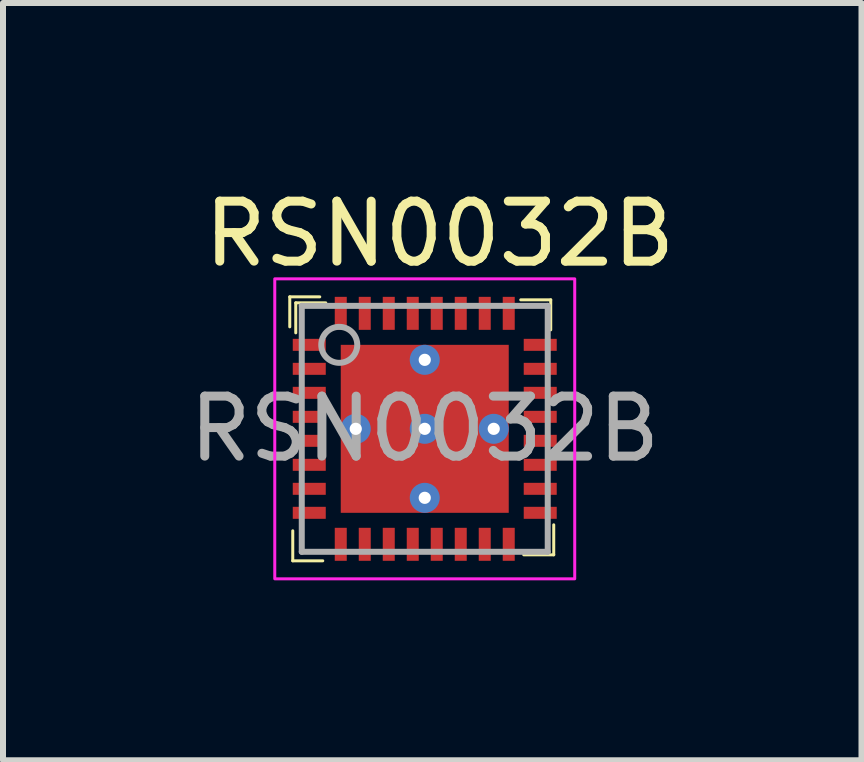
<source format=kicad_pcb>
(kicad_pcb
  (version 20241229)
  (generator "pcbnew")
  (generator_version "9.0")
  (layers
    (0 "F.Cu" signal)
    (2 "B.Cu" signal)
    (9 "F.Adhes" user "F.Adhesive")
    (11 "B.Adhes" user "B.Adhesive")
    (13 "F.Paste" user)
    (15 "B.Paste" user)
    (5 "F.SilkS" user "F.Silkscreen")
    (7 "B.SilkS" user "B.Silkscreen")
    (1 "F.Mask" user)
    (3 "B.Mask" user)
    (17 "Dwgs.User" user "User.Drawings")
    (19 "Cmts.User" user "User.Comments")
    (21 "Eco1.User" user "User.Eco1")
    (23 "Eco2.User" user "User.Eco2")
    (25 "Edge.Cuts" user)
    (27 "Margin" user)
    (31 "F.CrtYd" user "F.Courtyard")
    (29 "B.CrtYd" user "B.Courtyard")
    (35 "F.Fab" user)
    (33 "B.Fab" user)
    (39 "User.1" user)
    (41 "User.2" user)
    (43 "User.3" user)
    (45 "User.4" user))
  (footprint "RSN0032B"
    (layer "F.Cu")
    (at 4.03 4.098)
    (property "Reference" "RSN0032B" (at 0.25 -3.25 0) (unlocked yes) (layer "F.SilkS") (effects (font (size 1 1) (thickness 0.15))))
    (attr smd)
    (fp_line (start -2.25 -2.2) (end -2.25 -1.7) (stroke (width 0.05) (type default)) (layer "F.SilkS"))
    (fp_line (start -2.2 1.7) (end -2.2 2.2) (stroke (width 0.05) (type default)) (layer "F.SilkS"))
    (fp_line (start -2.2 2.2) (end -1.7 2.2) (stroke (width 0.05) (type default)) (layer "F.SilkS"))
    (fp_line (start -2.15 -2.1) (end -2.15 -1.6) (stroke (width 0.05) (type default)) (layer "F.SilkS"))
    (fp_line (start -1.75 -2.2) (end -2.25 -2.2) (stroke (width 0.05) (type default)) (layer "F.SilkS"))
    (fp_line (start -1.65 -2.1) (end -2.15 -2.1) (stroke (width 0.05) (type default)) (layer "F.SilkS"))
    (fp_line (start 1.65 2.1) (end 2.15 2.1) (stroke (width 0.05) (type default)) (layer "F.SilkS"))
    (fp_line (start 2.1 -2.15) (end 1.6 -2.15) (stroke (width 0.05) (type default)) (layer "F.SilkS"))
    (fp_line (start 2.1 -1.65) (end 2.1 -2.15) (stroke (width 0.05) (type default)) (layer "F.SilkS"))
    (fp_line (start 2.15 2.1) (end 2.15 1.6) (stroke (width 0.05) (type default)) (layer "F.SilkS"))
    (fp_poly (pts (xy -0.1 -1.281) (xy -0.1 -0.149) (xy -0.101 -0.14) (xy -0.104 -0.13) (xy -0.108 -0.122) (xy -0.114 -0.114) (xy -0.122 -0.108) (xy -0.13 -0.104) (xy -0.14 -0.101) (xy -0.149 -0.1) (xy -1.281 -0.1) (xy -1.29 -0.101) (xy -1.3 -0.104) (xy -1.308 -0.108) (xy -1.316 -0.114) (xy -1.322 -0.122) (xy -1.326 -0.13) (xy -1.329 -0.14) (xy -1.33 -0.149) (xy -1.33 -1.281) (xy -1.329 -1.29) (xy -1.326 -1.3) (xy -1.322 -1.308) (xy -1.316 -1.316) (xy -1.308 -1.322) (xy -1.3 -1.326) (xy -1.29 -1.329) (xy -1.281 -1.33) (xy -0.149 -1.33) (xy -0.14 -1.329) (xy -0.13 -1.326) (xy -0.122 -1.322) (xy -0.114 -1.316) (xy -0.108 -1.308) (xy -0.104 -1.3) (xy -0.101 -1.29)) (stroke (width 0) (type solid)) (fill yes) (layer "F.Paste"))
    (fp_poly (pts (xy -0.1 0.149) (xy -0.1 1.281) (xy -0.101 1.29) (xy -0.104 1.3) (xy -0.108 1.308) (xy -0.114 1.316) (xy -0.122 1.322) (xy -0.13 1.326) (xy -0.14 1.329) (xy -0.149 1.33) (xy -1.281 1.33) (xy -1.29 1.329) (xy -1.3 1.326) (xy -1.308 1.322) (xy -1.316 1.316) (xy -1.322 1.308) (xy -1.326 1.3) (xy -1.329 1.29) (xy -1.33 1.281) (xy -1.33 0.149) (xy -1.329 0.14) (xy -1.326 0.13) (xy -1.322 0.122) (xy -1.316 0.114) (xy -1.308 0.108) (xy -1.3 0.104) (xy -1.29 0.101) (xy -1.281 0.1) (xy -0.149 0.1) (xy -0.14 0.101) (xy -0.13 0.104) (xy -0.122 0.108) (xy -0.114 0.114) (xy -0.108 0.122) (xy -0.104 0.13) (xy -0.101 0.14)) (stroke (width 0) (type solid)) (fill yes) (layer "F.Paste"))
    (fp_poly (pts (xy 0.1 -0.149) (xy 0.1 -1.281) (xy 0.101 -1.29) (xy 0.104 -1.3) (xy 0.108 -1.308) (xy 0.114 -1.316) (xy 0.122 -1.322) (xy 0.13 -1.326) (xy 0.14 -1.329) (xy 0.149 -1.33) (xy 1.281 -1.33) (xy 1.29 -1.329) (xy 1.3 -1.326) (xy 1.308 -1.322) (xy 1.316 -1.316) (xy 1.322 -1.308) (xy 1.326 -1.3) (xy 1.329 -1.29) (xy 1.33 -1.281) (xy 1.33 -0.149) (xy 1.329 -0.14) (xy 1.326 -0.13) (xy 1.322 -0.122) (xy 1.316 -0.114) (xy 1.308 -0.108) (xy 1.3 -0.104) (xy 1.29 -0.101) (xy 1.281 -0.1) (xy 0.149 -0.1) (xy 0.14 -0.101) (xy 0.13 -0.104) (xy 0.122 -0.108) (xy 0.114 -0.114) (xy 0.108 -0.122) (xy 0.104 -0.13) (xy 0.101 -0.14)) (stroke (width 0) (type solid)) (fill yes) (layer "F.Paste"))
    (fp_poly (pts (xy 0.1 1.281) (xy 0.1 0.149) (xy 0.101 0.14) (xy 0.104 0.13) (xy 0.108 0.122) (xy 0.114 0.114) (xy 0.122 0.108) (xy 0.13 0.104) (xy 0.14 0.101) (xy 0.149 0.1) (xy 1.281 0.1) (xy 1.29 0.101) (xy 1.3 0.104) (xy 1.308 0.108) (xy 1.316 0.114) (xy 1.322 0.122) (xy 1.326 0.13) (xy 1.329 0.14) (xy 1.33 0.149) (xy 1.33 1.281) (xy 1.329 1.29) (xy 1.326 1.3) (xy 1.322 1.308) (xy 1.316 1.316) (xy 1.308 1.322) (xy 1.3 1.326) (xy 1.29 1.329) (xy 1.281 1.33) (xy 0.149 1.33) (xy 0.14 1.329) (xy 0.13 1.326) (xy 0.122 1.322) (xy 0.114 1.316) (xy 0.108 1.308) (xy 0.104 1.3) (xy 0.101 1.29)) (stroke (width 0) (type solid)) (fill yes) (layer "F.Paste"))
    (fp_rect (start -2.5 -2.5) (end 2.5 2.5) (stroke (width 0.05) (type default)) (fill no) (layer "F.CrtYd"))
    (fp_line (start -2.05 -2.05) (end 2.05 -2.05) (stroke (width 0.1) (type solid)) (layer "F.Fab"))
    (fp_line (start -2.05 2.05) (end -2.05 -2.05) (stroke (width 0.1) (type solid)) (layer "F.Fab"))
    (fp_line (start -2.05 2.05) (end 2.05 2.05) (stroke (width 0.1) (type solid)) (layer "F.Fab"))
    (fp_line (start 2.05 2.05) (end 2.05 -2.05) (stroke (width 0.1) (type solid)) (layer "F.Fab"))
    (fp_circle (center -1.425 -1.4) (end -1.125 -1.4) (stroke (width 0.1) (type solid)) (fill no) (layer "F.Fab"))
    (fp_text user "${REFERENCE}" (at 0 0 0) (unlocked yes) (layer "F.Fab") (effects (font (size 1 1) (thickness 0.15))))
    (pad "1" smd rect (at -1.925 -1.4 90) (size 0.2 0.55) (layers "F.Cu" "F.Mask" "F.Paste"))
    (pad "2" smd rect (at -1.925 -1 90) (size 0.2 0.55) (layers "F.Cu" "F.Mask" "F.Paste"))
    (pad "3" smd rect (at -1.925 -0.6 90) (size 0.2 0.55) (layers "F.Cu" "F.Mask" "F.Paste"))
    (pad "4" smd rect (at -1.925 -0.2 90) (size 0.2 0.55) (layers "F.Cu" "F.Mask" "F.Paste"))
    (pad "5" smd rect (at -1.925 0.2 90) (size 0.2 0.55) (layers "F.Cu" "F.Mask" "F.Paste"))
    (pad "6" smd rect (at -1.925 0.6 90) (size 0.2 0.55) (layers "F.Cu" "F.Mask" "F.Paste"))
    (pad "7" smd rect (at -1.925 1 90) (size 0.2 0.55) (layers "F.Cu" "F.Mask" "F.Paste"))
    (pad "8" smd rect (at -1.925 1.4 90) (size 0.2 0.55) (layers "F.Cu" "F.Mask" "F.Paste"))
    (pad "9" smd rect (at -1.4 1.925) (size 0.2 0.55) (layers "F.Cu" "F.Mask" "F.Paste"))
    (pad "10" smd rect (at -1 1.925) (size 0.2 0.55) (layers "F.Cu" "F.Mask" "F.Paste"))
    (pad "11" smd rect (at -0.6 1.925) (size 0.2 0.55) (layers "F.Cu" "F.Mask" "F.Paste"))
    (pad "12" smd rect (at -0.2 1.925) (size 0.2 0.55) (layers "F.Cu" "F.Mask" "F.Paste"))
    (pad "13" smd rect (at 0.2 1.925) (size 0.2 0.55) (layers "F.Cu" "F.Mask" "F.Paste"))
    (pad "14" smd rect (at 0.6 1.925) (size 0.2 0.55) (layers "F.Cu" "F.Mask" "F.Paste"))
    (pad "15" smd rect (at 1 1.925) (size 0.2 0.55) (layers "F.Cu" "F.Mask" "F.Paste"))
    (pad "16" smd rect (at 1.4 1.925) (size 0.2 0.55) (layers "F.Cu" "F.Mask" "F.Paste"))
    (pad "17" smd rect (at 1.925 1.4 90) (size 0.2 0.55) (layers "F.Cu" "F.Mask" "F.Paste"))
    (pad "18" smd rect (at 1.925 1 90) (size 0.2 0.55) (layers "F.Cu" "F.Mask" "F.Paste"))
    (pad "19" smd rect (at 1.925 0.6 90) (size 0.2 0.55) (layers "F.Cu" "F.Mask" "F.Paste"))
    (pad "20" smd rect (at 1.925 0.2 90) (size 0.2 0.55) (layers "F.Cu" "F.Mask" "F.Paste"))
    (pad "21" smd rect (at 1.925 -0.2 90) (size 0.2 0.55) (layers "F.Cu" "F.Mask" "F.Paste"))
    (pad "22" smd rect (at 1.925 -0.6 90) (size 0.2 0.55) (layers "F.Cu" "F.Mask" "F.Paste"))
    (pad "23" smd rect (at 1.925 -1 90) (size 0.2 0.55) (layers "F.Cu" "F.Mask" "F.Paste"))
    (pad "24" smd rect (at 1.925 -1.4 90) (size 0.2 0.55) (layers "F.Cu" "F.Mask" "F.Paste"))
    (pad "25" smd rect (at 1.4 -1.925) (size 0.2 0.55) (layers "F.Cu" "F.Mask" "F.Paste"))
    (pad "26" smd rect (at 1 -1.925) (size 0.2 0.55) (layers "F.Cu" "F.Mask" "F.Paste"))
    (pad "27" smd rect (at 0.6 -1.925) (size 0.2 0.55) (layers "F.Cu" "F.Mask" "F.Paste"))
    (pad "28" smd rect (at 0.2 -1.925) (size 0.2 0.55) (layers "F.Cu" "F.Mask" "F.Paste"))
    (pad "29" smd rect (at -0.2 -1.925) (size 0.2 0.55) (layers "F.Cu" "F.Mask" "F.Paste"))
    (pad "30" smd rect (at -0.6 -1.925) (size 0.2 0.55) (layers "F.Cu" "F.Mask" "F.Paste"))
    (pad "31" smd rect (at -1 -1.925) (size 0.2 0.55) (layers "F.Cu" "F.Mask" "F.Paste"))
    (pad "32" smd rect (at -1.4 -1.925) (size 0.2 0.55) (layers "F.Cu" "F.Mask" "F.Paste"))
    (pad "33" thru_hole circle (at -1.15 0) (size 0.5 0.5) (drill 0.203) (layers "*.Cu" "*.Mask"))
    (pad "33" thru_hole circle (at 0.000003 -1.15) (size 0.5 0.5) (drill 0.203) (layers "*.Cu" "*.Mask"))
    (pad "33" thru_hole circle (at 0.000003 0) (size 0.5 0.5) (drill 0.203) (layers "*.Cu" "*.Mask"))
    (pad "33" smd rect (at 0.000003 0) (size 2.8 2.8) (layers "F.Cu" "F.Mask"))
    (pad "33" thru_hole circle (at 0.000003 1.15) (size 0.5 0.5) (drill 0.203) (layers "*.Cu" "*.Mask"))
    (pad "33" thru_hole circle (at 1.15 0) (size 0.5 0.5) (drill 0.203) (layers "*.Cu" "*.Mask")))
  (gr_rect
    (start -3 -3)
    (end 11.31 9.623)
    (stroke (width 0.1) (type default))
    (fill no)
    (layer "Edge.Cuts")))
</source>
